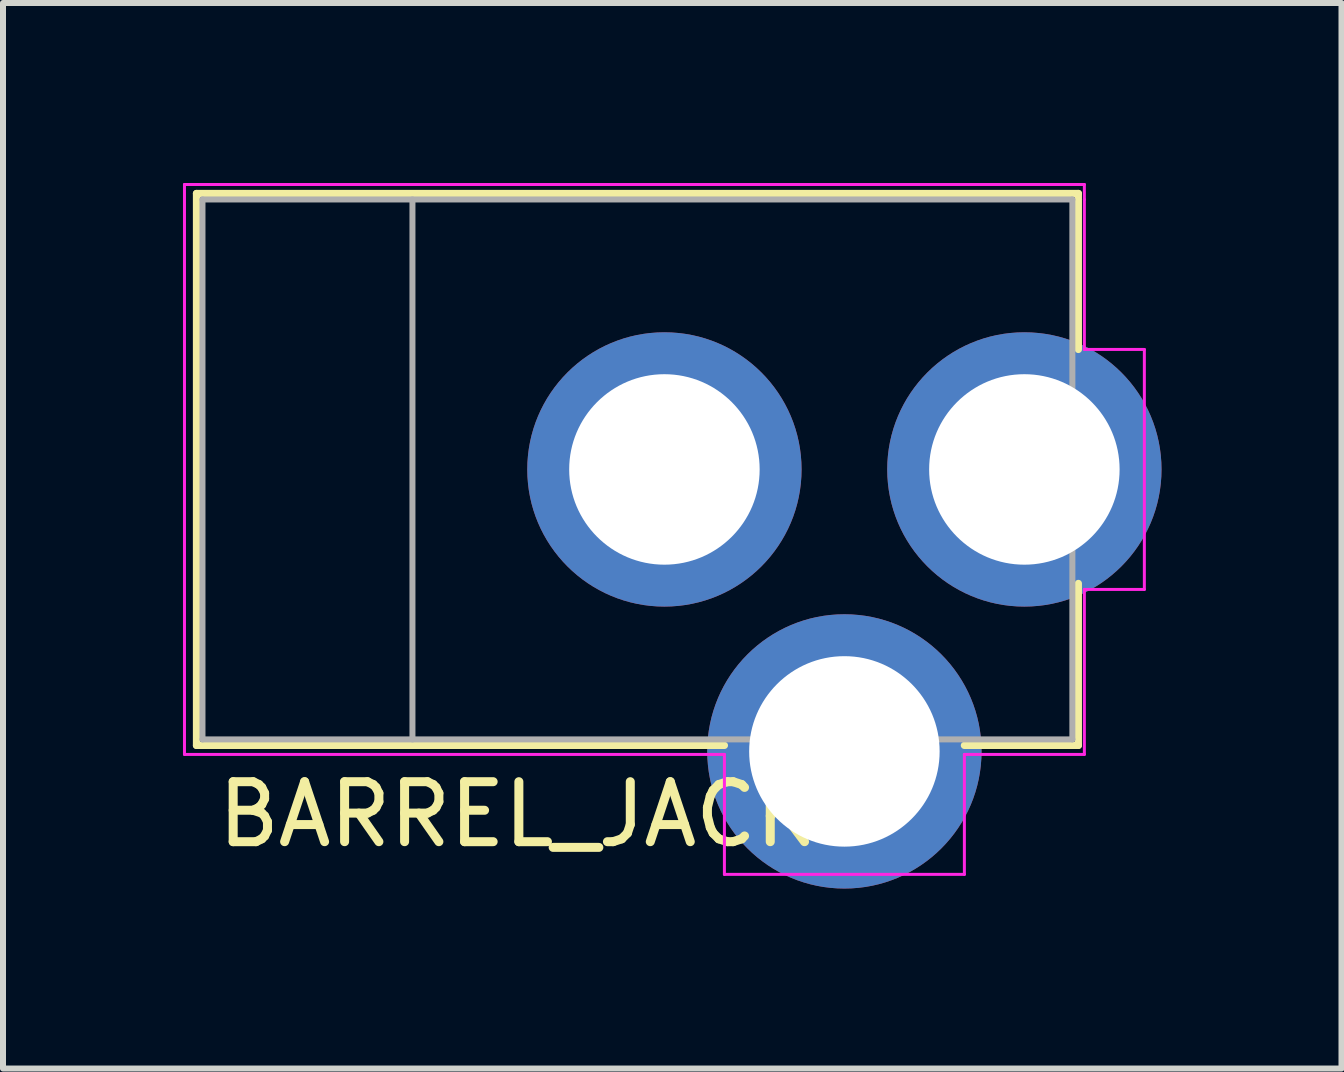
<source format=kicad_pcb>
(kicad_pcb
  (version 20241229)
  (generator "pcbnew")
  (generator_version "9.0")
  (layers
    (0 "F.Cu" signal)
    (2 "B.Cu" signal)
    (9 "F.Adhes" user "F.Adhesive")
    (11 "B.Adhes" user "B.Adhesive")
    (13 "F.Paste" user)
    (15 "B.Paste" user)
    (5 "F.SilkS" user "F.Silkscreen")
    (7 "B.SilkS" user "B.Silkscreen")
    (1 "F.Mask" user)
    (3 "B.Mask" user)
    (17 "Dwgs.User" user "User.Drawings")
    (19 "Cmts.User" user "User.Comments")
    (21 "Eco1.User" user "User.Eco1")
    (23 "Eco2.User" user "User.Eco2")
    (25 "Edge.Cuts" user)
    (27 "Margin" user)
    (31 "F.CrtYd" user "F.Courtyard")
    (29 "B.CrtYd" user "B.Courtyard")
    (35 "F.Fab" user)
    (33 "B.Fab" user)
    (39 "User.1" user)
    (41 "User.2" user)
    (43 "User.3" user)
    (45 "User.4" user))
  (footprint "BARREL_JACK"
    (layer "F.Cu")
    (at 14.025 4.775)
    (property "Reference" "BARREL_JACK" (at -8.45 5.75 180) (layer "F.SilkS") (effects (font (size 1 1) (thickness 0.15))))
    (attr through_hole)
    (fp_line (start -13.8 -4.6) (end 0.9 -4.6) (stroke (width 0.12) (type solid)) (layer "F.SilkS"))
    (fp_line (start -13.8 4.6) (end -13.8 -4.6) (stroke (width 0.12) (type solid)) (layer "F.SilkS"))
    (fp_line (start -5 4.6) (end -13.8 4.6) (stroke (width 0.12) (type solid)) (layer "F.SilkS"))
    (fp_line (start 0.9 -4.6) (end 0.9 -2) (stroke (width 0.12) (type solid)) (layer "F.SilkS"))
    (fp_line (start 0.9 1.9) (end 0.9 4.6) (stroke (width 0.12) (type solid)) (layer "F.SilkS"))
    (fp_line (start 0.9 4.6) (end -1 4.6) (stroke (width 0.12) (type solid)) (layer "F.SilkS"))
    (fp_line (start -14 4.75) (end -14 -4.75) (stroke (width 0.05) (type solid)) (layer "F.CrtYd"))
    (fp_line (start -5 4.75) (end -14 4.75) (stroke (width 0.05) (type solid)) (layer "F.CrtYd"))
    (fp_line (start -5 6.75) (end -5 4.75) (stroke (width 0.05) (type solid)) (layer "F.CrtYd"))
    (fp_line (start -1 4.75) (end -1 6.75) (stroke (width 0.05) (type solid)) (layer "F.CrtYd"))
    (fp_line (start -1 6.75) (end -5 6.75) (stroke (width 0.05) (type solid)) (layer "F.CrtYd"))
    (fp_line (start 1 -4.75) (end -14 -4.75) (stroke (width 0.05) (type solid)) (layer "F.CrtYd"))
    (fp_line (start 1 -4.5) (end 1 -4.75) (stroke (width 0.05) (type solid)) (layer "F.CrtYd"))
    (fp_line (start 1 -4.5) (end 1 -2) (stroke (width 0.05) (type solid)) (layer "F.CrtYd"))
    (fp_line (start 1 -2) (end 2 -2) (stroke (width 0.05) (type solid)) (layer "F.CrtYd"))
    (fp_line (start 1 2) (end 1 4.75) (stroke (width 0.05) (type solid)) (layer "F.CrtYd"))
    (fp_line (start 1 4.75) (end -1 4.75) (stroke (width 0.05) (type solid)) (layer "F.CrtYd"))
    (fp_line (start 2 -2) (end 2 2) (stroke (width 0.05) (type solid)) (layer "F.CrtYd"))
    (fp_line (start 2 2) (end 1 2) (stroke (width 0.05) (type solid)) (layer "F.CrtYd"))
    (fp_line (start -13.7 -4.5) (end -13.7 4.5) (stroke (width 0.1) (type solid)) (layer "F.Fab"))
    (fp_line (start -13.7 4.5) (end 0.8 4.5) (stroke (width 0.1) (type solid)) (layer "F.Fab"))
    (fp_line (start -10.2 -4.5) (end -10.2 4.5) (stroke (width 0.1) (type solid)) (layer "F.Fab"))
    (fp_line (start 0.8 -4.5) (end -13.7 -4.5) (stroke (width 0.1) (type solid)) (layer "F.Fab"))
    (fp_line (start 0.8 4.5) (end 0.8 -4.5) (stroke (width 0.1) (type solid)) (layer "F.Fab"))
    (pad "1" thru_hole circle (at 0 0) (size 4.572 4.572) (drill 3.175) (layers "*.Cu" "*.Mask"))
    (pad "2" thru_hole circle (at -6 0) (size 4.572 4.572) (drill 3.175) (layers "*.Cu" "*.Mask"))
    (pad "3" thru_hole circle (at -3 4.7) (size 4.572 4.572) (drill 3.175) (layers "*.Cu" "*.Mask")))
  (gr_rect
    (start -3 -3)
    (end 19.311 14.761)
    (stroke (width 0.1) (type default))
    (fill no)
    (layer "Edge.Cuts")))
</source>
